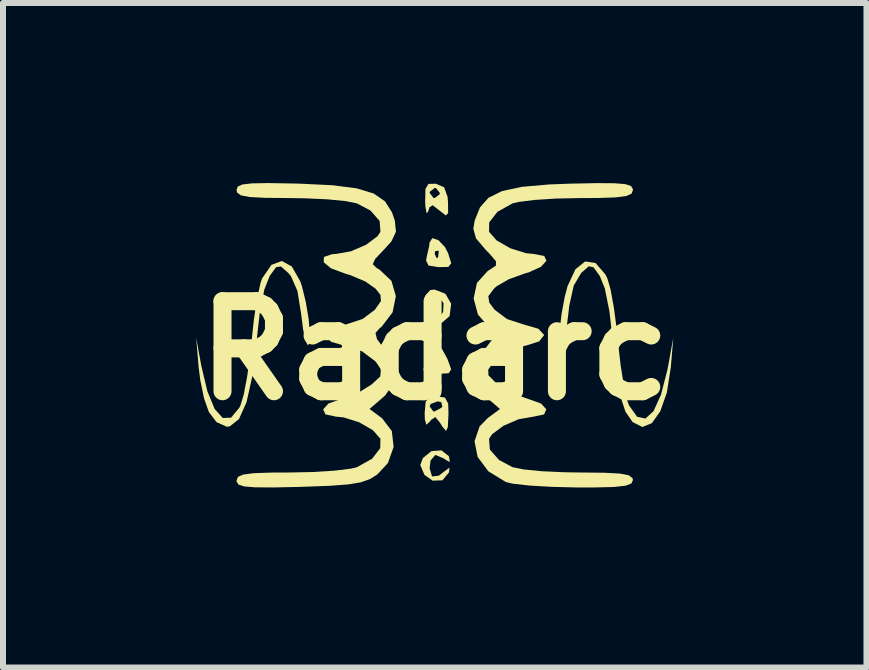
<source format=kicad_pcb>
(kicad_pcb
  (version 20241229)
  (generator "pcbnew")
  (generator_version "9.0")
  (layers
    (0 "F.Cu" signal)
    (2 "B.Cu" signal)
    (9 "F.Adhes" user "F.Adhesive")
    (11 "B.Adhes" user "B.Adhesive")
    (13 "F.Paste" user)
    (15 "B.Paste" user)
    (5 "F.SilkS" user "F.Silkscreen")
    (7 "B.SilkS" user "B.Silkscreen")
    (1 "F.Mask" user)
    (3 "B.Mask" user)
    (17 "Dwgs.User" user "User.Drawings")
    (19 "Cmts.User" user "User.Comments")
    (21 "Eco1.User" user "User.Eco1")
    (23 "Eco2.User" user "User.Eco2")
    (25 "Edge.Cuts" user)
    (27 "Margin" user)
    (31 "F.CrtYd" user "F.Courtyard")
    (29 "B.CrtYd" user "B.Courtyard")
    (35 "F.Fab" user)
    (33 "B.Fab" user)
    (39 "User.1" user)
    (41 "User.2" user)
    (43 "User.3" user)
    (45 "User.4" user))
  (footprint "Radarc"
    (layer "F.Cu")
    (at 4.193 2.79)
    (property "Reference" "Radarc" (at 0 0 0) (layer "F.SilkS") (effects (font (size 1.5 1.5) (thickness 0.3))))
    (attr board_only exclude_from_pos_files exclude_from_bom)
    (fp_poly (pts (xy 0.061 -1.839) (xy 0.171 -1.723) (xy 0.223 -1.621) (xy 0.275 -1.454) (xy 0.227 -1.393) (xy 0.068 -1.389) (xy -0.103 -1.415) (xy -0.145 -1.5) (xy -0.132 -1.566) (xy -0.123 -1.609) (xy 0 -1.609) (xy 0.031 -1.539) (xy 0.056 -1.552) (xy 0.067 -1.653) (xy 0.056 -1.665) (xy 0.006 -1.653) (xy 0 -1.609) (xy -0.123 -1.609) (xy -0.094 -1.734) (xy -0.086 -1.799) (xy -0.04 -1.873)) (stroke (width 0) (type solid)) (fill yes) (layer "F.SilkS"))
    (fp_poly (pts (xy 0.231 1.756) (xy 0.24 1.778) (xy 0.251 1.859) (xy 0.171 1.813) (xy 0.154 1.8) (xy 0.011 1.739) (xy -0.07 1.833) (xy -0.085 1.961) (xy -0.045 2.098) (xy 0.068 2.085) (xy 0.163 2.011) (xy 0.245 1.951) (xy 0.238 2.026) (xy 0.236 2.032) (xy 0.128 2.162) (xy -0.036 2.168) (xy -0.172 2.071) (xy -0.241 1.908) (xy -0.198 1.792) (xy -0.055 1.676) (xy 0.111 1.663)) (stroke (width 0) (type solid)) (fill yes) (layer "F.SilkS"))
    (fp_poly (pts (xy 0.12 -0.027) (xy 0.212 0.141) (xy 0.214 0.147) (xy 0.274 0.313) (xy 0.233 0.378) (xy 0.06 0.389) (xy 0.042 0.389) (xy -0.141 0.38) (xy -0.19 0.32) (xy -0.138 0.169) (xy 0 0.169) (xy 0.031 0.239) (xy 0.056 0.226) (xy 0.067 0.125) (xy 0.056 0.113) (xy 0.006 0.125) (xy 0 0.169) (xy -0.138 0.169) (xy -0.136 0.162) (xy -0.129 0.147) (xy -0.038 -0.023) (xy 0.041 -0.096) (xy 0.042 -0.096)) (stroke (width 0) (type solid)) (fill yes) (layer "F.SilkS"))
    (fp_poly (pts (xy 0.178 -0.946) (xy 0.274 -0.779) (xy 0.248 -0.58) (xy 0.243 -0.569) (xy 0.098 -0.446) (xy -0.004 -0.423) (xy -0.118 -0.458) (xy -0.164 -0.592) (xy -0.169 -0.719) (xy -0.083 -0.719) (xy -0.042 -0.582) (xy -0.027 -0.563) (xy 0.066 -0.548) (xy 0.139 -0.64) (xy 0.147 -0.779) (xy 0.141 -0.799) (xy 0.052 -0.914) (xy 0.003 -0.931) (xy -0.066 -0.864) (xy -0.083 -0.719) (xy -0.169 -0.719) (xy -0.169 -0.72) (xy -0.15 -0.924) (xy -0.076 -1.007) (xy -0.003 -1.016)) (stroke (width 0) (type solid)) (fill yes) (layer "F.SilkS"))
    (fp_poly (pts (xy 0.171 0.784) (xy 0.224 0.885) (xy 0.229 1.058) (xy 0.218 1.275) (xy 0.19 1.34) (xy 0.129 1.271) (xy 0.09 1.206) (xy 0.01 1.108) (xy -0.062 1.157) (xy -0.082 1.185) (xy -0.14 1.237) (xy -0.165 1.146) (xy -0.168 1.037) (xy -0.158 0.931) (xy -0.085 0.931) (xy -0.024 1.014) (xy -0.005 1.016) (xy 0.11 0.954) (xy 0.127 0.931) (xy 0.108 0.859) (xy 0.047 0.847) (xy -0.069 0.891) (xy -0.085 0.931) (xy -0.158 0.931) (xy -0.15 0.846) (xy -0.068 0.771) (xy 0.034 0.762)) (stroke (width 0) (type solid)) (fill yes) (layer "F.SilkS"))
    (fp_poly (pts (xy 0.019 -2.779) (xy 0.156 -2.719) (xy 0.214 -2.561) (xy 0.221 -2.472) (xy 0.223 -2.29) (xy 0.186 -2.25) (xy 0.085 -2.328) (xy 0.082 -2.33) (xy -0.035 -2.421) (xy -0.088 -2.385) (xy -0.11 -2.314) (xy -0.136 -2.287) (xy -0.156 -2.404) (xy -0.16 -2.482) (xy -0.156 -2.625) (xy -0.085 -2.625) (xy -0.02 -2.542) (xy 0 -2.54) (xy 0.082 -2.604) (xy 0.085 -2.625) (xy 0.02 -2.707) (xy 0 -2.709) (xy -0.082 -2.645) (xy -0.085 -2.625) (xy -0.156 -2.625) (xy -0.155 -2.692) (xy -0.105 -2.776) (xy 0.015 -2.779)) (stroke (width 0) (type solid)) (fill yes) (layer "F.SilkS"))
    (fp_poly (pts (xy -2.381 -1.4) (xy -2.241 -1.154) (xy -2.213 -1.073) (xy -2.148 -0.807) (xy -2.101 -0.528) (xy -2.08 -0.284) (xy -2.088 -0.122) (xy -2.113 -0.085) (xy -2.154 -0.162) (xy -2.195 -0.362) (xy -2.225 -0.605) (xy -2.288 -0.993) (xy -2.396 -1.24) (xy -2.44 -1.292) (xy -2.562 -1.401) (xy -2.642 -1.39) (xy -2.746 -1.248) (xy -2.75 -1.242) (xy -2.839 -1.016) (xy -2.914 -0.638) (xy -2.966 -0.18) (xy -3.038 0.423) (xy -3.136 0.862) (xy -3.261 1.141) (xy -3.414 1.263) (xy -3.465 1.27) (xy -3.635 1.193) (xy -3.764 1.023) (xy -3.843 0.799) (xy -3.907 0.489) (xy -3.933 0.282) (xy -3.974 -0.212) (xy -3.891 0.245) (xy -3.788 0.679) (xy -3.666 0.975) (xy -3.532 1.124) (xy -3.394 1.119) (xy -3.257 0.954) (xy -3.236 0.913) (xy -3.181 0.729) (xy -3.124 0.427) (xy -3.074 0.058) (xy -3.053 -0.145) (xy -3.011 -0.53) (xy -2.958 -0.873) (xy -2.903 -1.124) (xy -2.876 -1.202) (xy -2.72 -1.428) (xy -2.548 -1.492)) (stroke (width 0) (type solid)) (fill yes) (layer "F.SilkS"))
    (fp_poly (pts (xy 2.679 -1.458) (xy 2.841 -1.271) (xy 2.876 -1.202) (xy 2.929 -1.019) (xy 2.984 -0.718) (xy 3.033 -0.349) (xy 3.053 -0.145) (xy 3.096 0.239) (xy 3.151 0.583) (xy 3.208 0.835) (xy 3.236 0.913) (xy 3.372 1.104) (xy 3.511 1.133) (xy 3.646 1.008) (xy 3.77 0.735) (xy 3.876 0.322) (xy 3.891 0.245) (xy 3.974 -0.212) (xy 3.933 0.282) (xy 3.867 0.701) (xy 3.757 1.014) (xy 3.617 1.21) (xy 3.459 1.274) (xy 3.298 1.193) (xy 3.178 1.021) (xy 3.116 0.833) (xy 3.054 0.525) (xy 2.999 0.144) (xy 2.971 -0.126) (xy 2.91 -0.655) (xy 2.834 -1.034) (xy 2.75 -1.242) (xy 2.644 -1.388) (xy 2.565 -1.403) (xy 2.445 -1.297) (xy 2.44 -1.292) (xy 2.316 -1.083) (xy 2.24 -0.741) (xy 2.225 -0.605) (xy 2.191 -0.333) (xy 2.149 -0.145) (xy 2.113 -0.085) (xy 2.082 -0.159) (xy 2.083 -0.35) (xy 2.113 -0.61) (xy 2.165 -0.891) (xy 2.213 -1.073) (xy 2.344 -1.354) (xy 2.506 -1.484)) (stroke (width 0) (type solid)) (fill yes) (layer "F.SilkS"))
    (fp_poly (pts (xy 2.992 -2.787) (xy 3.176 -2.772) (xy 3.27 -2.741) (xy 3.301 -2.69) (xy 3.302 -2.674) (xy 3.279 -2.613) (xy 3.19 -2.574) (xy 3.008 -2.551) (xy 2.704 -2.541) (xy 2.419 -2.54) (xy 2.022 -2.532) (xy 1.665 -2.509) (xy 1.398 -2.476) (xy 1.297 -2.452) (xy 1.044 -2.311) (xy 0.908 -2.135) (xy 0.905 -1.978) (xy 1.031 -1.835) (xy 1.258 -1.704) (xy 1.518 -1.622) (xy 1.647 -1.609) (xy 1.824 -1.576) (xy 1.861 -1.496) (xy 1.771 -1.396) (xy 1.566 -1.302) (xy 1.497 -1.283) (xy 1.236 -1.189) (xy 1.028 -1.069) (xy 0.987 -1.031) (xy 0.893 -0.905) (xy 0.908 -0.8) (xy 0.998 -0.679) (xy 1.205 -0.524) (xy 1.487 -0.432) (xy 1.726 -0.363) (xy 1.82 -0.263) (xy 1.82 -0.254) (xy 1.74 -0.152) (xy 1.512 -0.08) (xy 1.487 -0.076) (xy 1.188 0.025) (xy 0.992 0.177) (xy 0.891 0.318) (xy 0.895 0.413) (xy 1.015 0.535) (xy 1.051 0.565) (xy 1.295 0.716) (xy 1.567 0.81) (xy 1.771 0.883) (xy 1.859 0.98) (xy 1.821 1.065) (xy 1.647 1.101) (xy 1.397 1.145) (xy 1.144 1.254) (xy 0.956 1.394) (xy 0.905 1.47) (xy 0.918 1.65) (xy 1.071 1.824) (xy 1.297 1.944) (xy 1.481 1.981) (xy 1.786 2.011) (xy 2.163 2.028) (xy 2.419 2.032) (xy 2.823 2.036) (xy 3.086 2.05) (xy 3.234 2.079) (xy 3.295 2.126) (xy 3.302 2.159) (xy 3.276 2.215) (xy 3.181 2.252) (xy 2.989 2.273) (xy 2.675 2.281) (xy 2.349 2.281) (xy 1.944 2.271) (xy 1.582 2.25) (xy 1.311 2.22) (xy 1.187 2.192) (xy 0.893 2.012) (xy 0.715 1.773) (xy 0.663 1.513) (xy 0.747 1.265) (xy 0.882 1.126) (xy 1.087 0.974) (xy 0.889 0.804) (xy 0.683 0.565) (xy 0.641 0.328) (xy 0.762 0.07) (xy 0.818 -0.001) (xy 0.956 -0.181) (xy 0.989 -0.286) (xy 0.928 -0.364) (xy 0.919 -0.37) (xy 0.72 -0.599) (xy 0.648 -0.867) (xy 0.703 -1.126) (xy 0.884 -1.327) (xy 0.921 -1.349) (xy 1.019 -1.414) (xy 1.021 -1.486) (xy 0.914 -1.612) (xy 0.845 -1.682) (xy 0.687 -1.869) (xy 0.643 -2.029) (xy 0.665 -2.164) (xy 0.753 -2.384) (xy 0.896 -2.545) (xy 1.12 -2.656) (xy 1.449 -2.727) (xy 1.907 -2.767) (xy 2.25 -2.78) (xy 2.692 -2.789)) (stroke (width 0) (type solid)) (fill yes) (layer "F.SilkS"))
    (fp_poly (pts (xy -2.376 -2.783) (xy -2.25 -2.78) (xy -1.703 -2.754) (xy -1.3 -2.702) (xy -1.017 -2.616) (xy -0.829 -2.486) (xy -0.712 -2.302) (xy -0.665 -2.164) (xy -0.646 -1.98) (xy -0.721 -1.819) (xy -0.845 -1.682) (xy -0.994 -1.524) (xy -1.032 -1.438) (xy -0.969 -1.376) (xy -0.921 -1.349) (xy -0.721 -1.16) (xy -0.648 -0.907) (xy -0.702 -0.637) (xy -0.882 -0.4) (xy -0.919 -0.37) (xy -0.987 -0.293) (xy -0.963 -0.191) (xy -0.834 -0.019) (xy -0.818 -0.001) (xy -0.656 0.266) (xy -0.657 0.506) (xy -0.822 0.743) (xy -0.889 0.804) (xy -1.087 0.974) (xy -0.877 1.129) (xy -0.715 1.342) (xy -0.685 1.607) (xy -0.78 1.874) (xy -0.958 2.066) (xy -1.082 2.143) (xy -1.232 2.196) (xy -1.445 2.231) (xy -1.754 2.254) (xy -2.194 2.27) (xy -2.25 2.272) (xy -2.692 2.281) (xy -2.992 2.279) (xy -3.176 2.264) (xy -3.27 2.233) (xy -3.301 2.182) (xy -3.302 2.166) (xy -3.279 2.105) (xy -3.19 2.066) (xy -3.008 2.043) (xy -2.704 2.033) (xy -2.419 2.032) (xy -2.022 2.024) (xy -1.665 2.001) (xy -1.398 1.968) (xy -1.297 1.944) (xy -1.044 1.803) (xy -0.908 1.627) (xy -0.905 1.47) (xy -1.031 1.327) (xy -1.258 1.196) (xy -1.518 1.114) (xy -1.647 1.101) (xy -1.821 1.064) (xy -1.859 0.98) (xy -1.771 0.883) (xy -1.567 0.81) (xy -1.291 0.714) (xy -1.051 0.565) (xy -0.908 0.432) (xy -0.883 0.337) (xy -0.966 0.21) (xy -0.992 0.177) (xy -1.214 0.012) (xy -1.487 -0.076) (xy -1.726 -0.145) (xy -1.82 -0.245) (xy -1.82 -0.254) (xy -1.74 -0.356) (xy -1.512 -0.428) (xy -1.487 -0.432) (xy -1.201 -0.526) (xy -0.998 -0.679) (xy -0.896 -0.825) (xy -0.905 -0.928) (xy -0.987 -1.031) (xy -1.159 -1.152) (xy -1.413 -1.258) (xy -1.497 -1.283) (xy -1.729 -1.37) (xy -1.85 -1.471) (xy -1.846 -1.559) (xy -1.706 -1.606) (xy -1.647 -1.609) (xy -1.397 -1.653) (xy -1.144 -1.762) (xy -0.956 -1.902) (xy -0.905 -1.978) (xy -0.918 -2.158) (xy -1.071 -2.332) (xy -1.297 -2.452) (xy -1.481 -2.489) (xy -1.786 -2.519) (xy -2.163 -2.536) (xy -2.419 -2.54) (xy -2.82 -2.544) (xy -3.081 -2.557) (xy -3.229 -2.585) (xy -3.292 -2.631) (xy -3.302 -2.674) (xy -3.283 -2.73) (xy -3.207 -2.766) (xy -3.048 -2.785) (xy -2.78 -2.79)) (stroke (width 0) (type solid)) (fill yes) (layer "F.SilkS")))
  (gr_rect
    (start -3 -3)
    (end 11.386 8.071)
    (stroke (width 0.1) (type default))
    (fill no)
    (layer "Edge.Cuts")))
</source>
